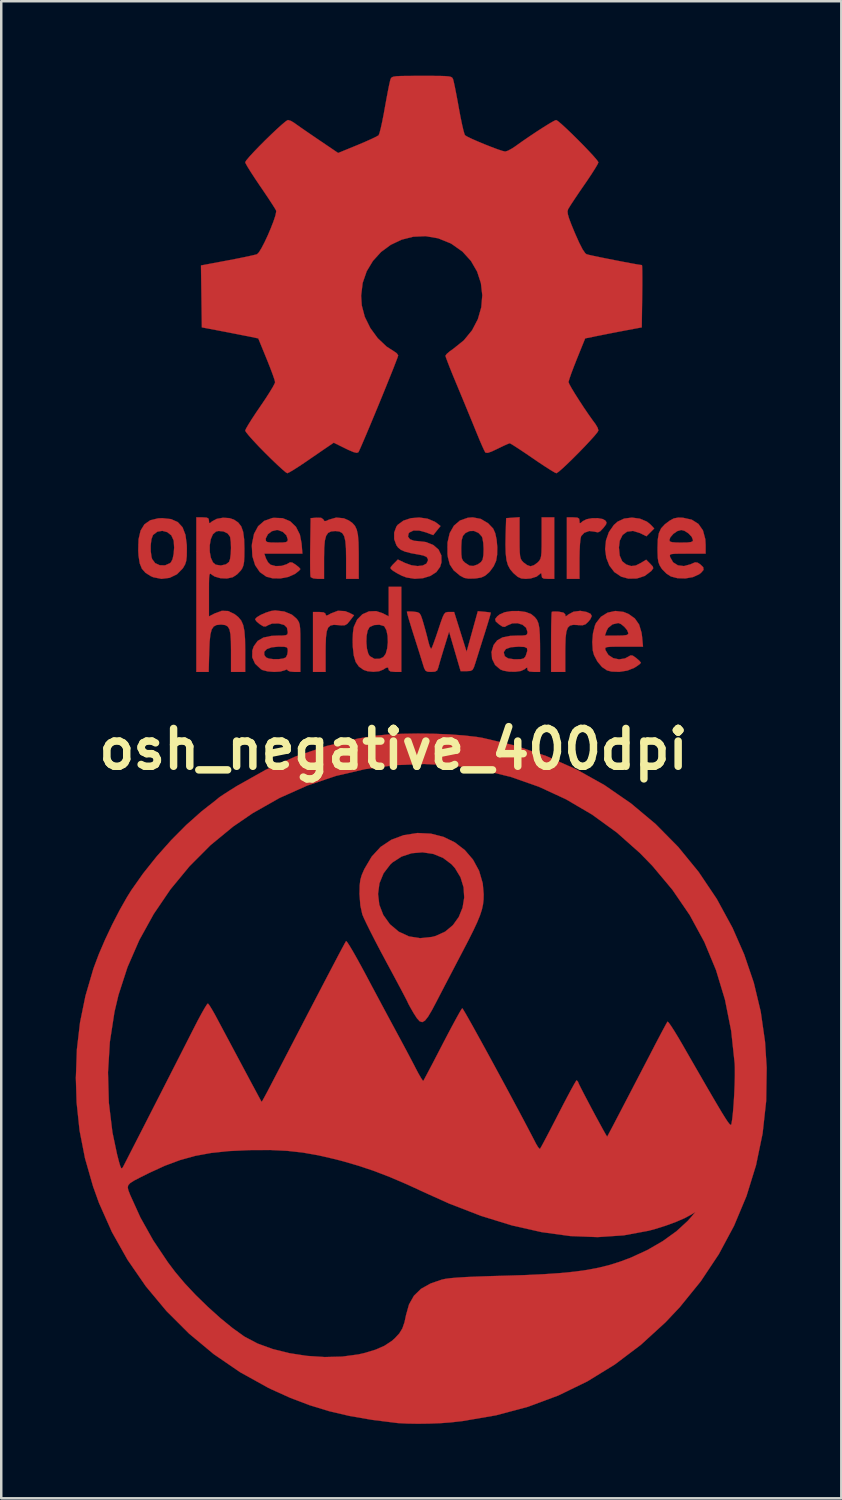
<source format=kicad_pcb>
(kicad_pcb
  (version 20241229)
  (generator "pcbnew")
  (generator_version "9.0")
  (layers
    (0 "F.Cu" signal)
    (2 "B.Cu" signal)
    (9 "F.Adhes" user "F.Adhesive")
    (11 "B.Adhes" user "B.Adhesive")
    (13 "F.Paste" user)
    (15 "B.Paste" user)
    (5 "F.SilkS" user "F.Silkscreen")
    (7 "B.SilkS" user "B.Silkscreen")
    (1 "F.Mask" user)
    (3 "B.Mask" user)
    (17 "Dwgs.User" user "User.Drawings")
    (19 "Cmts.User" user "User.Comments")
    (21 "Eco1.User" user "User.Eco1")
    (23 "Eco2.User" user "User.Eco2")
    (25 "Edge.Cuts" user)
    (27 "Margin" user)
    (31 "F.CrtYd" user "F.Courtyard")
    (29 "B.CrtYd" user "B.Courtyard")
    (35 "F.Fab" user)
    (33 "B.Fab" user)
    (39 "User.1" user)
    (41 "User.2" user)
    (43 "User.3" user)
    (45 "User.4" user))
  (footprint "osh_negative_400dpi"
    (layer "F.Cu")
    (at 12.794 27.12)
    (property "Reference" "osh_negative_400dpi" (at 0 0 0) (layer "F.SilkS") (effects (font (size 1.524 1.524) (thickness 0.3))))
    (attr through_hole)
    (fp_poly (pts (xy -1.946 -5.558) (xy -1.773 -5.49) (xy -1.585 -5.393) (xy -1.75 -5.176) (xy -1.859 -5.046) (xy -1.958 -4.989) (xy -2.1 -4.984) (xy -2.218 -4.996) (xy -2.402 -5.007) (xy -2.535 -4.979) (xy -2.628 -4.897) (xy -2.686 -4.744) (xy -2.717 -4.505) (xy -2.729 -4.164) (xy -2.731 -3.923) (xy -2.731 -3.111) (xy -3.239 -3.111) (xy -3.239 -5.524) (xy -2.985 -5.524) (xy -2.807 -5.508) (xy -2.735 -5.456) (xy -2.731 -5.43) (xy -2.711 -5.38) (xy -2.636 -5.398) (xy -2.524 -5.462) (xy -2.236 -5.573) (xy -1.946 -5.558)) (stroke (width 0.01) (type solid)) (fill yes) (layer "F.Cu"))
    (fp_poly (pts (xy 7.404 -9.325) (xy 7.477 -9.283) (xy 7.493 -9.198) (xy 7.499 -9.105) (xy 7.538 -9.106) (xy 7.627 -9.182) (xy 7.781 -9.26) (xy 7.999 -9.301) (xy 8.232 -9.303) (xy 8.432 -9.266) (xy 8.534 -9.207) (xy 8.582 -9.135) (xy 8.564 -9.054) (xy 8.468 -8.924) (xy 8.45 -8.904) (xy 8.328 -8.775) (xy 8.234 -8.731) (xy 8.122 -8.753) (xy 8.106 -8.759) (xy 7.887 -8.786) (xy 7.687 -8.715) (xy 7.56 -8.58) (xy 7.534 -8.469) (xy 7.513 -8.261) (xy 7.499 -7.983) (xy 7.493 -7.666) (xy 7.493 -7.656) (xy 7.493 -6.858) (xy 6.985 -6.858) (xy 6.985 -9.335) (xy 7.239 -9.335) (xy 7.404 -9.325)) (stroke (width 0.01) (type solid)) (fill yes) (layer "F.Cu"))
    (fp_poly (pts (xy 7.773 -5.526) (xy 7.938 -5.452) (xy 7.988 -5.362) (xy 7.929 -5.232) (xy 7.849 -5.134) (xy 7.738 -5.03) (xy 7.619 -4.989) (xy 7.437 -4.996) (xy 7.415 -4.999) (xy 7.238 -5.007) (xy 7.109 -4.976) (xy 7.02 -4.889) (xy 6.964 -4.73) (xy 6.934 -4.484) (xy 6.923 -4.135) (xy 6.921 -3.923) (xy 6.921 -3.111) (xy 6.35 -3.111) (xy 6.35 -4.307) (xy 6.351 -4.684) (xy 6.355 -5.015) (xy 6.362 -5.28) (xy 6.369 -5.459) (xy 6.378 -5.531) (xy 6.378 -5.532) (xy 6.454 -5.544) (xy 6.607 -5.54) (xy 6.664 -5.536) (xy 6.847 -5.499) (xy 6.919 -5.432) (xy 6.921 -5.413) (xy 6.933 -5.35) (xy 6.99 -5.377) (xy 7.037 -5.419) (xy 7.252 -5.535) (xy 7.523 -5.57) (xy 7.773 -5.526)) (stroke (width 0.01) (type solid)) (fill yes) (layer "F.Cu"))
    (fp_poly (pts (xy 9.924 -9.283) (xy 10.208 -9.163) (xy 10.354 -9.045) (xy 10.503 -8.887) (xy 10.346 -8.73) (xy 10.19 -8.574) (xy 9.928 -8.703) (xy 9.649 -8.789) (xy 9.411 -8.76) (xy 9.229 -8.626) (xy 9.114 -8.395) (xy 9.081 -8.122) (xy 9.113 -7.794) (xy 9.213 -7.567) (xy 9.376 -7.437) (xy 9.575 -7.374) (xy 9.757 -7.395) (xy 9.963 -7.498) (xy 10.179 -7.63) (xy 10.34 -7.469) (xy 10.444 -7.357) (xy 10.463 -7.285) (xy 10.405 -7.201) (xy 10.379 -7.171) (xy 10.121 -6.976) (xy 9.804 -6.873) (xy 9.463 -6.867) (xy 9.173 -6.947) (xy 8.897 -7.131) (xy 8.696 -7.394) (xy 8.572 -7.711) (xy 8.526 -8.058) (xy 8.561 -8.41) (xy 8.677 -8.741) (xy 8.877 -9.029) (xy 9.026 -9.161) (xy 9.291 -9.286) (xy 9.605 -9.325) (xy 9.924 -9.283)) (stroke (width 0.01) (type solid)) (fill yes) (layer "F.Cu"))
    (fp_poly (pts (xy 5.08 -8.51) (xy 5.081 -8.169) (xy 5.087 -7.931) (xy 5.102 -7.772) (xy 5.129 -7.666) (xy 5.173 -7.591) (xy 5.236 -7.522) (xy 5.38 -7.415) (xy 5.517 -7.366) (xy 5.524 -7.366) (xy 5.659 -7.409) (xy 5.805 -7.514) (xy 5.813 -7.522) (xy 5.877 -7.592) (xy 5.92 -7.668) (xy 5.947 -7.774) (xy 5.962 -7.934) (xy 5.968 -8.174) (xy 5.969 -8.506) (xy 5.969 -9.335) (xy 6.477 -9.335) (xy 6.477 -6.858) (xy 6.223 -6.858) (xy 6.058 -6.868) (xy 5.985 -6.909) (xy 5.968 -7.001) (xy 5.952 -7.086) (xy 5.92 -7.074) (xy 5.77 -6.95) (xy 5.532 -6.875) (xy 5.331 -6.858) (xy 5.15 -6.874) (xy 5.005 -6.94) (xy 4.842 -7.081) (xy 4.825 -7.098) (xy 4.701 -7.244) (xy 4.612 -7.409) (xy 4.553 -7.615) (xy 4.522 -7.885) (xy 4.512 -8.238) (xy 4.52 -8.668) (xy 4.54 -9.303) (xy 4.81 -9.322) (xy 5.08 -9.342) (xy 5.08 -8.51)) (stroke (width 0.01) (type solid)) (fill yes) (layer "F.Cu"))
    (fp_poly (pts (xy -1.997 -9.297) (xy -1.797 -9.21) (xy -1.653 -9.108) (xy -1.548 -8.991) (xy -1.476 -8.836) (xy -1.43 -8.624) (xy -1.406 -8.334) (xy -1.398 -7.946) (xy -1.397 -7.782) (xy -1.397 -6.858) (xy -1.905 -6.858) (xy -1.905 -7.676) (xy -1.911 -8.082) (xy -1.935 -8.376) (xy -1.983 -8.578) (xy -2.061 -8.702) (xy -2.176 -8.765) (xy -2.334 -8.784) (xy -2.349 -8.784) (xy -2.512 -8.768) (xy -2.63 -8.709) (xy -2.711 -8.591) (xy -2.761 -8.397) (xy -2.786 -8.11) (xy -2.794 -7.715) (xy -2.794 -7.676) (xy -2.794 -6.858) (xy -3.05 -6.858) (xy -3.229 -6.877) (xy -3.33 -6.927) (xy -3.337 -6.94) (xy -3.346 -7.027) (xy -3.353 -7.219) (xy -3.355 -7.494) (xy -3.355 -7.831) (xy -3.351 -8.162) (xy -3.334 -9.303) (xy -3.095 -9.322) (xy -2.912 -9.317) (xy -2.825 -9.257) (xy -2.819 -9.245) (xy -2.779 -9.184) (xy -2.705 -9.191) (xy -2.6 -9.241) (xy -2.304 -9.326) (xy -1.997 -9.297)) (stroke (width 0.01) (type solid)) (fill yes) (layer "F.Cu"))
    (fp_poly (pts (xy -8.952 -9.264) (xy -8.684 -9.144) (xy -8.493 -8.936) (xy -8.375 -8.631) (xy -8.322 -8.223) (xy -8.319 -8.054) (xy -8.323 -7.777) (xy -8.343 -7.588) (xy -8.387 -7.446) (xy -8.463 -7.311) (xy -8.484 -7.28) (xy -8.716 -7.043) (xy -9.012 -6.9) (xy -9.341 -6.858) (xy -9.673 -6.924) (xy -9.774 -6.969) (xy -9.986 -7.103) (xy -10.13 -7.267) (xy -10.218 -7.487) (xy -10.265 -7.792) (xy -10.277 -7.999) (xy -10.271 -8.225) (xy -9.774 -8.225) (xy -9.773 -7.969) (xy -9.741 -7.736) (xy -9.716 -7.654) (xy -9.595 -7.492) (xy -9.407 -7.406) (xy -9.195 -7.403) (xy -9 -7.49) (xy -8.962 -7.522) (xy -8.895 -7.652) (xy -8.85 -7.864) (xy -8.831 -8.115) (xy -8.845 -8.359) (xy -8.853 -8.41) (xy -8.944 -8.609) (xy -9.107 -8.739) (xy -9.306 -8.792) (xy -9.507 -8.759) (xy -9.674 -8.63) (xy -9.686 -8.614) (xy -9.744 -8.457) (xy -9.774 -8.225) (xy -10.271 -8.225) (xy -10.264 -8.453) (xy -10.182 -8.803) (xy -10.026 -9.056) (xy -9.793 -9.218) (xy -9.477 -9.295) (xy -9.303 -9.303) (xy -8.952 -9.264)) (stroke (width 0.01) (type solid)) (fill yes) (layer "F.Cu"))
    (fp_poly (pts (xy 0.318 -3.111) (xy 0.064 -3.111) (xy -0.113 -3.127) (xy -0.186 -3.179) (xy -0.191 -3.207) (xy -0.217 -3.289) (xy -0.304 -3.274) (xy -0.409 -3.205) (xy -0.578 -3.137) (xy -0.809 -3.115) (xy -1.047 -3.14) (xy -1.2 -3.192) (xy -1.391 -3.326) (xy -1.52 -3.511) (xy -1.598 -3.773) (xy -1.637 -4.134) (xy -1.637 -4.142) (xy -1.64 -4.301) (xy -1.09 -4.301) (xy -1.067 -4.049) (xy -1.012 -3.843) (xy -0.953 -3.747) (xy -0.762 -3.636) (xy -0.547 -3.642) (xy -0.404 -3.712) (xy -0.31 -3.843) (xy -0.251 -4.054) (xy -0.225 -4.307) (xy -0.235 -4.565) (xy -0.281 -4.787) (xy -0.362 -4.937) (xy -0.39 -4.96) (xy -0.568 -5.012) (xy -0.778 -4.997) (xy -0.952 -4.921) (xy -0.963 -4.911) (xy -1.039 -4.774) (xy -1.081 -4.556) (xy -1.09 -4.301) (xy -1.64 -4.301) (xy -1.642 -4.426) (xy -1.629 -4.697) (xy -1.601 -4.901) (xy -1.595 -4.924) (xy -1.46 -5.22) (xy -1.249 -5.432) (xy -0.987 -5.549) (xy -0.695 -5.56) (xy -0.429 -5.472) (xy -0.191 -5.348) (xy -0.191 -6.54) (xy 0.318 -6.54) (xy 0.318 -3.111)) (stroke (width 0.01) (type solid)) (fill yes) (layer "F.Cu"))
    (fp_poly (pts (xy 3.516 -9.273) (xy 3.812 -9.098) (xy 4.019 -8.88) (xy 4.1 -8.698) (xy 4.156 -8.434) (xy 4.183 -8.13) (xy 4.176 -7.827) (xy 4.136 -7.586) (xy 4.039 -7.369) (xy 3.885 -7.157) (xy 3.844 -7.114) (xy 3.689 -6.983) (xy 3.536 -6.912) (xy 3.329 -6.878) (xy 3.255 -6.872) (xy 3.02 -6.867) (xy 2.853 -6.897) (xy 2.702 -6.976) (xy 2.673 -6.995) (xy 2.424 -7.204) (xy 2.271 -7.437) (xy 2.192 -7.736) (xy 2.177 -7.861) (xy 2.177 -8.091) (xy 2.731 -8.091) (xy 2.735 -7.846) (xy 2.753 -7.693) (xy 2.797 -7.594) (xy 2.877 -7.515) (xy 2.898 -7.498) (xy 3.065 -7.391) (xy 3.215 -7.377) (xy 3.393 -7.439) (xy 3.527 -7.535) (xy 3.592 -7.633) (xy 3.624 -7.817) (xy 3.632 -8.057) (xy 3.619 -8.301) (xy 3.585 -8.498) (xy 3.56 -8.564) (xy 3.427 -8.708) (xy 3.242 -8.789) (xy 3.064 -8.783) (xy 2.9 -8.704) (xy 2.799 -8.59) (xy 2.747 -8.412) (xy 2.731 -8.142) (xy 2.731 -8.091) (xy 2.177 -8.091) (xy 2.178 -8.318) (xy 2.266 -8.7) (xy 2.435 -8.999) (xy 2.68 -9.208) (xy 2.997 -9.319) (xy 3.194 -9.335) (xy 3.516 -9.273)) (stroke (width 0.01) (type solid)) (fill yes) (layer "F.Cu"))
    (fp_poly (pts (xy 1.372 -9.282) (xy 1.669 -9.158) (xy 1.758 -9.096) (xy 1.897 -8.985) (xy 1.749 -8.803) (xy 1.602 -8.62) (xy 1.318 -8.728) (xy 1.035 -8.804) (xy 0.802 -8.803) (xy 0.643 -8.726) (xy 0.613 -8.689) (xy 0.587 -8.558) (xy 0.668 -8.452) (xy 0.835 -8.39) (xy 0.944 -8.382) (xy 1.315 -8.339) (xy 1.61 -8.219) (xy 1.819 -8.036) (xy 1.931 -7.8) (xy 1.935 -7.523) (xy 1.879 -7.339) (xy 1.728 -7.131) (xy 1.488 -6.977) (xy 1.189 -6.885) (xy 0.86 -6.861) (xy 0.529 -6.913) (xy 0.349 -6.979) (xy 0.159 -7.077) (xy -0.001 -7.175) (xy -0.032 -7.197) (xy -0.11 -7.266) (xy -0.113 -7.326) (xy -0.035 -7.42) (xy 0.01 -7.466) (xy 0.179 -7.637) (xy 0.459 -7.502) (xy 0.722 -7.407) (xy 0.97 -7.373) (xy 1.181 -7.396) (xy 1.329 -7.473) (xy 1.391 -7.598) (xy 1.388 -7.656) (xy 1.337 -7.74) (xy 1.206 -7.798) (xy 1.047 -7.831) (xy 0.705 -7.893) (xy 0.464 -7.956) (xy 0.3 -8.028) (xy 0.187 -8.121) (xy 0.121 -8.211) (xy 0.031 -8.456) (xy 0.031 -8.724) (xy 0.12 -8.964) (xy 0.169 -9.031) (xy 0.4 -9.202) (xy 0.702 -9.302) (xy 1.037 -9.329) (xy 1.372 -9.282)) (stroke (width 0.01) (type solid)) (fill yes) (layer "F.Cu"))
    (fp_poly (pts (xy -4.46 -9.302) (xy -4.159 -9.178) (xy -3.925 -8.954) (xy -3.767 -8.64) (xy -3.699 -8.287) (xy -3.666 -7.874) (xy -5.2 -7.874) (xy -5.134 -7.682) (xy -5.051 -7.526) (xy -4.95 -7.428) (xy -4.743 -7.372) (xy -4.501 -7.381) (xy -4.292 -7.45) (xy -4.268 -7.465) (xy -4.164 -7.524) (xy -4.073 -7.515) (xy -3.941 -7.432) (xy -3.936 -7.429) (xy -3.812 -7.33) (xy -3.749 -7.258) (xy -3.747 -7.251) (xy -3.795 -7.192) (xy -3.915 -7.094) (xy -3.975 -7.052) (xy -4.233 -6.936) (xy -4.548 -6.876) (xy -4.865 -6.88) (xy -5.117 -6.945) (xy -5.38 -7.131) (xy -5.57 -7.41) (xy -5.68 -7.767) (xy -5.702 -8.186) (xy -5.696 -8.271) (xy -5.66 -8.445) (xy -5.144 -8.445) (xy -5.132 -8.379) (xy -5.077 -8.341) (xy -4.954 -8.323) (xy -4.734 -8.319) (xy -4.699 -8.319) (xy -4.465 -8.322) (xy -4.332 -8.337) (xy -4.27 -8.373) (xy -4.255 -8.435) (xy -4.255 -8.445) (xy -4.311 -8.613) (xy -4.455 -8.751) (xy -4.645 -8.823) (xy -4.699 -8.826) (xy -4.895 -8.778) (xy -5.055 -8.655) (xy -5.139 -8.492) (xy -5.144 -8.445) (xy -5.66 -8.445) (xy -5.614 -8.67) (xy -5.448 -8.979) (xy -5.203 -9.193) (xy -4.885 -9.307) (xy -4.815 -9.316) (xy -4.46 -9.302)) (stroke (width 0.01) (type solid)) (fill yes) (layer "F.Cu"))
    (fp_poly (pts (xy 9.264 -5.527) (xy 9.46 -5.449) (xy 9.72 -5.266) (xy 9.894 -5.019) (xy 9.993 -4.69) (xy 10.016 -4.508) (xy 10.051 -4.128) (xy 9.276 -4.128) (xy 8.951 -4.127) (xy 8.735 -4.122) (xy 8.605 -4.11) (xy 8.543 -4.086) (xy 8.528 -4.046) (xy 8.541 -3.988) (xy 8.542 -3.985) (xy 8.658 -3.792) (xy 8.851 -3.666) (xy 9.085 -3.616) (xy 9.324 -3.654) (xy 9.448 -3.719) (xy 9.551 -3.777) (xy 9.639 -3.767) (xy 9.763 -3.681) (xy 9.776 -3.671) (xy 9.899 -3.565) (xy 9.963 -3.488) (xy 9.966 -3.479) (xy 9.918 -3.424) (xy 9.792 -3.333) (xy 9.694 -3.273) (xy 9.419 -3.164) (xy 9.096 -3.113) (xy 8.782 -3.125) (xy 8.601 -3.172) (xy 8.399 -3.309) (xy 8.215 -3.529) (xy 8.079 -3.788) (xy 8.029 -3.972) (xy 8.008 -4.317) (xy 8.029 -4.572) (xy 8.516 -4.572) (xy 8.989 -4.572) (xy 9.237 -4.577) (xy 9.383 -4.594) (xy 9.449 -4.63) (xy 9.461 -4.67) (xy 9.414 -4.79) (xy 9.3 -4.927) (xy 9.164 -5.038) (xy 9.056 -5.08) (xy 8.823 -5.026) (xy 8.646 -4.882) (xy 8.584 -4.767) (xy 8.516 -4.572) (xy 8.029 -4.572) (xy 8.037 -4.668) (xy 8.112 -4.97) (xy 8.155 -5.072) (xy 8.355 -5.33) (xy 8.623 -5.497) (xy 8.935 -5.565) (xy 9.264 -5.527)) (stroke (width 0.01) (type solid)) (fill yes) (layer "F.Cu"))
    (fp_poly (pts (xy 11.658 -9.32) (xy 12.015 -9.241) (xy 12.284 -9.07) (xy 12.466 -8.808) (xy 12.56 -8.455) (xy 12.573 -8.225) (xy 12.573 -7.874) (xy 11.838 -7.874) (xy 11.525 -7.873) (xy 11.317 -7.868) (xy 11.196 -7.855) (xy 11.141 -7.829) (xy 11.132 -7.785) (xy 11.145 -7.731) (xy 11.263 -7.525) (xy 11.457 -7.403) (xy 11.7 -7.373) (xy 11.968 -7.445) (xy 12.006 -7.463) (xy 12.146 -7.524) (xy 12.247 -7.513) (xy 12.35 -7.448) (xy 12.476 -7.328) (xy 12.489 -7.22) (xy 12.387 -7.101) (xy 12.307 -7.04) (xy 12.065 -6.93) (xy 11.759 -6.876) (xy 11.442 -6.885) (xy 11.176 -6.954) (xy 10.995 -7.071) (xy 10.827 -7.24) (xy 10.795 -7.283) (xy 10.718 -7.409) (xy 10.671 -7.537) (xy 10.646 -7.702) (xy 10.637 -7.94) (xy 10.636 -8.103) (xy 10.646 -8.417) (xy 11.113 -8.417) (xy 11.135 -8.365) (xy 11.22 -8.335) (xy 11.389 -8.321) (xy 11.589 -8.319) (xy 11.839 -8.323) (xy 11.985 -8.341) (xy 12.052 -8.376) (xy 12.065 -8.417) (xy 12.012 -8.552) (xy 11.882 -8.69) (xy 11.719 -8.794) (xy 11.589 -8.826) (xy 11.431 -8.781) (xy 11.271 -8.669) (xy 11.151 -8.529) (xy 11.113 -8.417) (xy 10.646 -8.417) (xy 10.647 -8.448) (xy 10.69 -8.7) (xy 10.779 -8.891) (xy 10.928 -9.053) (xy 11.118 -9.197) (xy 11.289 -9.292) (xy 11.467 -9.326) (xy 11.658 -9.32)) (stroke (width 0.01) (type solid)) (fill yes) (layer "F.Cu"))
    (fp_poly (pts (xy 3.652 -5.534) (xy 3.815 -5.517) (xy 3.911 -5.502) (xy 3.92 -5.498) (xy 3.908 -5.436) (xy 3.863 -5.275) (xy 3.792 -5.039) (xy 3.702 -4.749) (xy 3.675 -4.663) (xy 3.567 -4.323) (xy 3.463 -3.992) (xy 3.374 -3.706) (xy 3.31 -3.503) (xy 3.307 -3.493) (xy 3.242 -3.296) (xy 3.184 -3.192) (xy 3.103 -3.151) (xy 2.97 -3.143) (xy 2.953 -3.143) (xy 2.706 -3.143) (xy 2.474 -3.937) (xy 2.242 -4.731) (xy 2.046 -4.096) (xy 1.959 -3.811) (xy 1.882 -3.554) (xy 1.827 -3.361) (xy 1.807 -3.286) (xy 1.761 -3.17) (xy 1.673 -3.121) (xy 1.522 -3.111) (xy 1.381 -3.118) (xy 1.297 -3.157) (xy 1.239 -3.259) (xy 1.18 -3.445) (xy 1.123 -3.63) (xy 1.038 -3.903) (xy 0.935 -4.228) (xy 0.825 -4.574) (xy 0.801 -4.648) (xy 0.704 -4.959) (xy 0.624 -5.223) (xy 0.568 -5.42) (xy 0.544 -5.526) (xy 0.544 -5.539) (xy 0.614 -5.547) (xy 0.764 -5.541) (xy 0.821 -5.536) (xy 0.957 -5.518) (xy 1.043 -5.48) (xy 1.103 -5.392) (xy 1.162 -5.227) (xy 1.203 -5.089) (xy 1.283 -4.809) (xy 1.36 -4.519) (xy 1.406 -4.332) (xy 1.455 -4.158) (xy 1.502 -4.057) (xy 1.527 -4.047) (xy 1.564 -4.123) (xy 1.629 -4.295) (xy 1.715 -4.536) (xy 1.807 -4.81) (xy 1.908 -5.113) (xy 1.981 -5.315) (xy 2.04 -5.437) (xy 2.096 -5.499) (xy 2.163 -5.521) (xy 2.244 -5.524) (xy 2.445 -5.524) (xy 2.696 -4.724) (xy 2.947 -3.924) (xy 3.399 -5.556) (xy 3.652 -5.534)) (stroke (width 0.01) (type solid)) (fill yes) (layer "F.Cu"))
    (fp_poly (pts (xy 5.333 -5.522) (xy 5.547 -5.438) (xy 5.567 -5.423) (xy 5.69 -5.321) (xy 5.779 -5.21) (xy 5.839 -5.067) (xy 5.877 -4.873) (xy 5.896 -4.604) (xy 5.904 -4.238) (xy 5.905 -4.048) (xy 5.905 -3.111) (xy 5.652 -3.111) (xy 5.48 -3.125) (xy 5.406 -3.173) (xy 5.397 -3.217) (xy 5.388 -3.286) (xy 5.34 -3.267) (xy 5.281 -3.217) (xy 5.133 -3.148) (xy 4.909 -3.117) (xy 4.657 -3.121) (xy 4.424 -3.163) (xy 4.303 -3.211) (xy 4.094 -3.391) (xy 3.973 -3.637) (xy 3.953 -3.884) (xy 4.445 -3.884) (xy 4.486 -3.741) (xy 4.617 -3.656) (xy 4.852 -3.621) (xy 4.936 -3.619) (xy 5.137 -3.626) (xy 5.249 -3.656) (xy 5.31 -3.724) (xy 5.336 -3.782) (xy 5.393 -3.964) (xy 5.379 -4.068) (xy 5.277 -4.116) (xy 5.067 -4.127) (xy 5.044 -4.128) (xy 4.729 -4.104) (xy 4.53 -4.034) (xy 4.448 -3.916) (xy 4.445 -3.884) (xy 3.953 -3.884) (xy 3.951 -3.916) (xy 4.033 -4.193) (xy 4.178 -4.381) (xy 4.393 -4.501) (xy 4.696 -4.561) (xy 4.95 -4.572) (xy 5.183 -4.574) (xy 5.317 -4.588) (xy 5.379 -4.622) (xy 5.397 -4.687) (xy 5.397 -4.727) (xy 5.342 -4.892) (xy 5.199 -5.01) (xy 5.003 -5.072) (xy 4.787 -5.066) (xy 4.587 -4.982) (xy 4.485 -4.925) (xy 4.395 -4.934) (xy 4.265 -5.019) (xy 4.255 -5.026) (xy 4.122 -5.143) (xy 4.097 -5.24) (xy 4.18 -5.347) (xy 4.279 -5.425) (xy 4.479 -5.514) (xy 4.753 -5.56) (xy 5.053 -5.563) (xy 5.333 -5.522)) (stroke (width 0.01) (type solid)) (fill yes) (layer "F.Cu"))
    (fp_poly (pts (xy -4.393 -5.543) (xy -4.088 -5.416) (xy -3.909 -5.264) (xy -3.847 -5.186) (xy -3.804 -5.107) (xy -3.775 -5.007) (xy -3.758 -4.861) (xy -3.749 -4.647) (xy -3.747 -4.344) (xy -3.747 -4.091) (xy -3.747 -3.111) (xy -4 -3.111) (xy -4.16 -3.126) (xy -4.248 -3.162) (xy -4.255 -3.177) (xy -4.293 -3.211) (xy -4.377 -3.177) (xy -4.561 -3.125) (xy -4.807 -3.111) (xy -5.063 -3.132) (xy -5.272 -3.186) (xy -5.336 -3.22) (xy -5.571 -3.442) (xy -5.687 -3.699) (xy -5.682 -3.922) (xy -5.203 -3.922) (xy -5.2 -3.792) (xy -5.131 -3.696) (xy -5.017 -3.648) (xy -4.829 -3.624) (xy -4.617 -3.625) (xy -4.433 -3.651) (xy -4.331 -3.696) (xy -4.274 -3.813) (xy -4.255 -3.95) (xy -4.261 -4.049) (xy -4.299 -4.102) (xy -4.4 -4.123) (xy -4.594 -4.127) (xy -4.631 -4.128) (xy -4.905 -4.101) (xy -5.1 -4.029) (xy -5.203 -3.922) (xy -5.682 -3.922) (xy -5.681 -3.979) (xy -5.621 -4.148) (xy -5.468 -4.358) (xy -5.237 -4.494) (xy -4.915 -4.561) (xy -4.674 -4.572) (xy -4.449 -4.575) (xy -4.324 -4.591) (xy -4.268 -4.63) (xy -4.256 -4.7) (xy -4.255 -4.715) (xy -4.288 -4.894) (xy -4.399 -5.002) (xy -4.609 -5.059) (xy -4.625 -5.061) (xy -4.884 -5.059) (xy -5.038 -4.997) (xy -5.147 -4.939) (xy -5.24 -4.946) (xy -5.371 -5.026) (xy -5.387 -5.037) (xy -5.511 -5.141) (xy -5.568 -5.225) (xy -5.568 -5.239) (xy -5.493 -5.319) (xy -5.335 -5.412) (xy -5.134 -5.499) (xy -4.929 -5.564) (xy -4.765 -5.588) (xy -4.393 -5.543)) (stroke (width 0.01) (type solid)) (fill yes) (layer "F.Cu"))
    (fp_poly (pts (xy -7.518 -9.325) (xy -7.445 -9.283) (xy -7.429 -9.198) (xy -7.422 -9.105) (xy -7.379 -9.11) (xy -7.305 -9.173) (xy -7.114 -9.275) (xy -6.862 -9.32) (xy -6.601 -9.304) (xy -6.425 -9.245) (xy -6.251 -9.128) (xy -6.129 -8.97) (xy -6.052 -8.752) (xy -6.012 -8.451) (xy -6.001 -8.065) (xy -6.004 -7.755) (xy -6.016 -7.541) (xy -6.043 -7.394) (xy -6.089 -7.282) (xy -6.142 -7.2) (xy -6.291 -7.043) (xy -6.463 -6.928) (xy -6.477 -6.922) (xy -6.707 -6.873) (xy -6.967 -6.885) (xy -7.199 -6.952) (xy -7.307 -7.021) (xy -7.356 -7.06) (xy -7.389 -7.064) (xy -7.41 -7.016) (xy -7.423 -6.899) (xy -7.428 -6.695) (xy -7.429 -6.388) (xy -7.429 -6.24) (xy -7.429 -5.348) (xy -7.194 -5.468) (xy -6.911 -5.571) (xy -6.659 -5.563) (xy -6.408 -5.444) (xy -6.407 -5.444) (xy -6.247 -5.319) (xy -6.13 -5.178) (xy -6.05 -4.997) (xy -6.001 -4.756) (xy -5.976 -4.433) (xy -5.969 -4.006) (xy -5.969 -3.985) (xy -5.969 -3.111) (xy -6.54 -3.111) (xy -6.54 -3.959) (xy -6.545 -4.35) (xy -6.564 -4.632) (xy -6.603 -4.822) (xy -6.671 -4.938) (xy -6.773 -4.997) (xy -6.918 -5.016) (xy -6.964 -5.016) (xy -7.122 -5) (xy -7.238 -4.939) (xy -7.319 -4.818) (xy -7.371 -4.62) (xy -7.402 -4.327) (xy -7.419 -3.931) (xy -7.44 -3.111) (xy -7.938 -3.111) (xy -7.938 -8.212) (xy -7.397 -8.212) (xy -7.397 -7.95) (xy -7.353 -7.709) (xy -7.267 -7.521) (xy -7.158 -7.429) (xy -6.951 -7.396) (xy -6.747 -7.443) (xy -6.62 -7.54) (xy -6.579 -7.659) (xy -6.552 -7.861) (xy -6.541 -8.103) (xy -6.549 -8.342) (xy -6.575 -8.536) (xy -6.579 -8.553) (xy -6.673 -8.684) (xy -6.843 -8.768) (xy -7.041 -8.787) (xy -7.144 -8.763) (xy -7.271 -8.653) (xy -7.355 -8.457) (xy -7.397 -8.212) (xy -7.938 -8.212) (xy -7.938 -9.335) (xy -7.684 -9.335) (xy -7.518 -9.325)) (stroke (width 0.01) (type solid)) (fill yes) (layer "F.Cu"))
    (fp_poly (pts (xy 1.509 3.403) (xy 2.015 3.532) (xy 2.475 3.756) (xy 2.876 4.065) (xy 3.205 4.449) (xy 3.45 4.899) (xy 3.597 5.405) (xy 3.635 5.842) (xy 3.63 6.056) (xy 3.607 6.259) (xy 3.561 6.468) (xy 3.485 6.699) (xy 3.373 6.972) (xy 3.218 7.303) (xy 3.014 7.71) (xy 2.763 8.191) (xy 2.544 8.61) (xy 2.308 9.062) (xy 2.075 9.508) (xy 1.867 9.908) (xy 1.745 10.144) (xy 1.549 10.515) (xy 1.394 10.776) (xy 1.269 10.933) (xy 1.161 10.993) (xy 1.058 10.96) (xy 0.949 10.841) (xy 0.821 10.642) (xy 0.797 10.601) (xy 0.685 10.407) (xy 0.605 10.26) (xy 0.572 10.189) (xy 0.572 10.188) (xy 0.543 10.127) (xy 0.461 9.969) (xy 0.334 9.727) (xy 0.169 9.417) (xy -0.026 9.053) (xy -0.243 8.649) (xy -0.284 8.573) (xy -0.513 8.145) (xy -0.727 7.736) (xy -0.917 7.364) (xy -1.073 7.049) (xy -1.188 6.807) (xy -1.251 6.658) (xy -1.253 6.652) (xy -1.332 6.297) (xy -1.365 5.854) (xy -1.365 5.831) (xy -0.62 5.831) (xy -0.569 6.263) (xy -0.409 6.677) (xy -0.142 7.05) (xy 0.218 7.353) (xy 0.627 7.541) (xy 1.075 7.612) (xy 1.551 7.562) (xy 1.694 7.525) (xy 2.082 7.349) (xy 2.396 7.087) (xy 2.632 6.758) (xy 2.785 6.381) (xy 2.851 5.977) (xy 2.825 5.564) (xy 2.703 5.163) (xy 2.48 4.793) (xy 2.344 4.64) (xy 1.998 4.379) (xy 1.599 4.218) (xy 1.17 4.155) (xy 0.738 4.191) (xy 0.328 4.326) (xy -0.035 4.56) (xy -0.122 4.64) (xy -0.397 4.999) (xy -0.563 5.403) (xy -0.62 5.831) (xy -1.365 5.831) (xy -1.365 5.779) (xy -1.359 5.486) (xy -1.333 5.268) (xy -1.277 5.072) (xy -1.179 4.845) (xy -1.168 4.823) (xy -0.875 4.326) (xy -0.514 3.935) (xy -0.082 3.648) (xy 0.411 3.464) (xy 0.97 3.377) (xy 1.509 3.403)) (stroke (width 0.01) (type solid)) (fill yes) (layer "F.Cu"))
    (fp_poly (pts (xy 1.563 -27.114) (xy 1.873 -27.112) (xy 2.091 -27.105) (xy 2.235 -27.092) (xy 2.321 -27.071) (xy 2.369 -27.04) (xy 2.394 -26.997) (xy 2.404 -26.972) (xy 2.432 -26.862) (xy 2.477 -26.652) (xy 2.533 -26.367) (xy 2.596 -26.031) (xy 2.635 -25.813) (xy 2.7 -25.465) (xy 2.763 -25.159) (xy 2.819 -24.918) (xy 2.864 -24.765) (xy 2.884 -24.723) (xy 2.973 -24.668) (xy 3.152 -24.581) (xy 3.393 -24.475) (xy 3.666 -24.361) (xy 3.942 -24.252) (xy 4.192 -24.158) (xy 4.388 -24.093) (xy 4.499 -24.067) (xy 4.502 -24.067) (xy 4.616 -24.102) (xy 4.783 -24.194) (xy 4.896 -24.269) (xy 5.179 -24.471) (xy 5.48 -24.677) (xy 5.778 -24.876) (xy 6.055 -25.054) (xy 6.289 -25.199) (xy 6.46 -25.297) (xy 6.549 -25.336) (xy 6.552 -25.337) (xy 6.625 -25.293) (xy 6.767 -25.174) (xy 6.96 -24.997) (xy 7.186 -24.781) (xy 7.428 -24.542) (xy 7.668 -24.299) (xy 7.888 -24.069) (xy 8.071 -23.87) (xy 8.199 -23.72) (xy 8.254 -23.636) (xy 8.255 -23.631) (xy 8.22 -23.552) (xy 8.124 -23.389) (xy 7.98 -23.162) (xy 7.799 -22.891) (xy 7.675 -22.711) (xy 7.472 -22.416) (xy 7.292 -22.148) (xy 7.148 -21.929) (xy 7.055 -21.779) (xy 7.03 -21.734) (xy 7.012 -21.655) (xy 7.024 -21.542) (xy 7.072 -21.376) (xy 7.162 -21.137) (xy 7.3 -20.803) (xy 7.305 -20.79) (xy 7.478 -20.401) (xy 7.617 -20.13) (xy 7.724 -19.974) (xy 7.775 -19.933) (xy 7.865 -19.908) (xy 8.054 -19.866) (xy 8.316 -19.811) (xy 8.625 -19.749) (xy 8.955 -19.684) (xy 9.28 -19.621) (xy 9.574 -19.566) (xy 9.812 -19.523) (xy 9.967 -19.499) (xy 10.009 -19.494) (xy 10.016 -19.434) (xy 10.021 -19.266) (xy 10.023 -19.009) (xy 10.023 -18.683) (xy 10.019 -18.306) (xy 10.018 -18.24) (xy 10.001 -16.986) (xy 9.398 -16.873) (xy 9.05 -16.807) (xy 8.669 -16.733) (xy 8.326 -16.664) (xy 8.258 -16.651) (xy 7.722 -16.542) (xy 7.388 -15.716) (xy 7.267 -15.409) (xy 7.164 -15.137) (xy 7.091 -14.926) (xy 7.054 -14.8) (xy 7.051 -14.783) (xy 7.085 -14.699) (xy 7.177 -14.532) (xy 7.314 -14.306) (xy 7.483 -14.04) (xy 7.668 -13.757) (xy 7.857 -13.479) (xy 8.036 -13.227) (xy 8.139 -13.088) (xy 8.224 -12.945) (xy 8.255 -12.833) (xy 8.212 -12.758) (xy 8.094 -12.614) (xy 7.918 -12.419) (xy 7.704 -12.19) (xy 7.467 -11.945) (xy 7.225 -11.703) (xy 6.997 -11.481) (xy 6.799 -11.297) (xy 6.649 -11.168) (xy 6.565 -11.113) (xy 6.56 -11.113) (xy 6.486 -11.147) (xy 6.326 -11.243) (xy 6.1 -11.387) (xy 5.827 -11.568) (xy 5.611 -11.716) (xy 5.318 -11.916) (xy 5.06 -12.088) (xy 4.856 -12.22) (xy 4.724 -12.3) (xy 4.685 -12.319) (xy 4.606 -12.292) (xy 4.447 -12.221) (xy 4.238 -12.12) (xy 4.195 -12.099) (xy 3.956 -11.986) (xy 3.804 -11.934) (xy 3.718 -11.939) (xy 3.697 -11.956) (xy 3.652 -12.041) (xy 3.57 -12.22) (xy 3.463 -12.468) (xy 3.342 -12.761) (xy 3.315 -12.827) (xy 3.177 -13.166) (xy 3.006 -13.581) (xy 2.821 -14.03) (xy 2.638 -14.471) (xy 2.545 -14.695) (xy 2.401 -15.041) (xy 2.277 -15.349) (xy 2.18 -15.599) (xy 2.116 -15.771) (xy 2.095 -15.843) (xy 2.145 -15.915) (xy 2.273 -16.025) (xy 2.405 -16.118) (xy 2.835 -16.463) (xy 3.167 -16.868) (xy 3.401 -17.317) (xy 3.538 -17.794) (xy 3.579 -18.283) (xy 3.523 -18.767) (xy 3.371 -19.232) (xy 3.123 -19.661) (xy 2.781 -20.038) (xy 2.343 -20.347) (xy 2.3 -20.371) (xy 1.8 -20.573) (xy 1.296 -20.659) (xy 0.8 -20.637) (xy 0.328 -20.518) (xy -0.109 -20.31) (xy -0.498 -20.023) (xy -0.824 -19.665) (xy -1.076 -19.247) (xy -1.239 -18.776) (xy -1.301 -18.264) (xy -1.275 -17.87) (xy -1.153 -17.409) (xy -0.931 -16.959) (xy -0.633 -16.551) (xy -0.278 -16.214) (xy 0.012 -16.028) (xy 0.137 -15.941) (xy 0.191 -15.859) (xy 0.191 -15.857) (xy 0.168 -15.781) (xy 0.102 -15.606) (xy 0.002 -15.347) (xy -0.128 -15.023) (xy -0.278 -14.651) (xy -0.442 -14.247) (xy -0.613 -13.83) (xy -0.785 -13.415) (xy -0.949 -13.021) (xy -1.099 -12.665) (xy -1.228 -12.363) (xy -1.328 -12.133) (xy -1.393 -11.992) (xy -1.413 -11.957) (xy -1.476 -11.933) (xy -1.602 -11.962) (xy -1.81 -12.05) (xy -1.938 -12.112) (xy -2.404 -12.342) (xy -2.647 -12.177) (xy -2.796 -12.076) (xy -3.018 -11.923) (xy -3.284 -11.741) (xy -3.544 -11.562) (xy -3.8 -11.391) (xy -4.022 -11.249) (xy -4.187 -11.152) (xy -4.273 -11.113) (xy -4.275 -11.113) (xy -4.343 -11.156) (xy -4.483 -11.275) (xy -4.681 -11.457) (xy -4.92 -11.686) (xy -5.16 -11.923) (xy -5.42 -12.188) (xy -5.645 -12.428) (xy -5.821 -12.626) (xy -5.934 -12.766) (xy -5.969 -12.829) (xy -5.934 -12.911) (xy -5.838 -13.077) (xy -5.693 -13.308) (xy -5.511 -13.584) (xy -5.366 -13.796) (xy -5.164 -14.094) (xy -4.992 -14.362) (xy -4.86 -14.579) (xy -4.782 -14.728) (xy -4.765 -14.779) (xy -4.789 -14.877) (xy -4.853 -15.066) (xy -4.949 -15.323) (xy -5.067 -15.622) (xy -5.105 -15.716) (xy -5.443 -16.542) (xy -5.976 -16.65) (xy -6.298 -16.714) (xy -6.675 -16.788) (xy -7.036 -16.857) (xy -7.112 -16.872) (xy -7.715 -16.986) (xy -7.732 -18.233) (xy -7.75 -19.48) (xy -6.685 -19.68) (xy -6.324 -19.749) (xy -5.999 -19.815) (xy -5.735 -19.872) (xy -5.554 -19.914) (xy -5.489 -19.934) (xy -5.414 -20.013) (xy -5.309 -20.185) (xy -5.186 -20.422) (xy -5.057 -20.698) (xy -4.935 -20.985) (xy -4.83 -21.256) (xy -4.754 -21.485) (xy -4.721 -21.643) (xy -4.724 -21.69) (xy -4.772 -21.776) (xy -4.88 -21.947) (xy -5.034 -22.182) (xy -5.222 -22.462) (xy -5.367 -22.674) (xy -5.567 -22.971) (xy -5.739 -23.235) (xy -5.871 -23.447) (xy -5.951 -23.589) (xy -5.969 -23.636) (xy -5.925 -23.711) (xy -5.805 -23.854) (xy -5.627 -24.048) (xy -5.409 -24.275) (xy -5.168 -24.517) (xy -4.922 -24.756) (xy -4.69 -24.975) (xy -4.489 -25.156) (xy -4.337 -25.283) (xy -4.251 -25.336) (xy -4.246 -25.337) (xy -4.124 -25.3) (xy -3.993 -25.22) (xy -3.888 -25.144) (xy -3.701 -25.013) (xy -3.453 -24.842) (xy -3.169 -24.648) (xy -3.034 -24.556) (xy -2.226 -24.009) (xy -1.446 -24.329) (xy -1.151 -24.454) (xy -0.895 -24.568) (xy -0.705 -24.659) (xy -0.603 -24.717) (xy -0.596 -24.723) (xy -0.562 -24.808) (xy -0.512 -24.996) (xy -0.453 -25.263) (xy -0.389 -25.586) (xy -0.349 -25.813) (xy -0.285 -26.167) (xy -0.225 -26.486) (xy -0.173 -26.745) (xy -0.134 -26.918) (xy -0.119 -26.972) (xy -0.097 -27.021) (xy -0.062 -27.058) (xy 0.004 -27.083) (xy 0.118 -27.1) (xy 0.299 -27.109) (xy 0.563 -27.113) (xy 0.929 -27.114) (xy 1.143 -27.115) (xy 1.563 -27.114)) (stroke (width 0.01) (type solid)) (fill yes) (layer "F.Cu"))
    (fp_poly (pts (xy 1.632 -0.62) (xy 2.262 -0.594) (xy 2.846 -0.551) (xy 3.354 -0.493) (xy 3.588 -0.454) (xy 4.904 -0.142) (xy 6.165 0.282) (xy 7.366 0.814) (xy 8.502 1.45) (xy 9.567 2.185) (xy 10.557 3.014) (xy 11.466 3.935) (xy 12.289 4.941) (xy 13.021 6.03) (xy 13.656 7.196) (xy 14.126 8.268) (xy 14.514 9.409) (xy 14.792 10.572) (xy 14.965 11.779) (xy 15.032 12.83) (xy 15.011 14.169) (xy 14.867 15.48) (xy 14.602 16.758) (xy 14.219 17.997) (xy 13.718 19.193) (xy 13.104 20.339) (xy 12.376 21.432) (xy 11.538 22.465) (xy 10.955 23.083) (xy 9.964 23.989) (xy 8.915 24.781) (xy 7.807 25.462) (xy 6.64 26.029) (xy 5.414 26.485) (xy 4.129 26.828) (xy 2.783 27.059) (xy 2.295 27.114) (xy 1.899 27.143) (xy 1.45 27.161) (xy 0.991 27.167) (xy 0.563 27.16) (xy 0.208 27.142) (xy 0.127 27.134) (xy -0.867 27.009) (xy -1.764 26.854) (xy -2.592 26.66) (xy -3.378 26.419) (xy -4.15 26.126) (xy -4.936 25.771) (xy -5.048 25.716) (xy -6.175 25.091) (xy -7.239 24.362) (xy -8.231 23.536) (xy -9.145 22.623) (xy -9.972 21.63) (xy -10.705 20.568) (xy -11.337 19.445) (xy -11.86 18.269) (xy -12.08 17.653) (xy -10.7 17.653) (xy -10.675 17.765) (xy -10.617 17.914) (xy -10.602 17.952) (xy -10.189 18.863) (xy -9.675 19.781) (xy -9.079 20.671) (xy -8.793 21.05) (xy -8.409 21.507) (xy -7.959 21.987) (xy -7.47 22.463) (xy -6.97 22.913) (xy -6.484 23.31) (xy -6.039 23.63) (xy -5.99 23.663) (xy -5.473 23.936) (xy -4.864 24.158) (xy -4.192 24.325) (xy -3.484 24.434) (xy -2.766 24.481) (xy -2.066 24.463) (xy -1.411 24.375) (xy -1.176 24.321) (xy -0.719 24.184) (xy -0.36 24.026) (xy -0.07 23.835) (xy 0.053 23.728) (xy 0.236 23.531) (xy 0.36 23.329) (xy 0.447 23.077) (xy 0.507 22.794) (xy 0.628 22.362) (xy 0.825 22.013) (xy 1.11 21.735) (xy 1.495 21.519) (xy 1.951 21.362) (xy 2.097 21.331) (xy 2.301 21.304) (xy 2.574 21.281) (xy 2.929 21.259) (xy 3.377 21.24) (xy 3.93 21.221) (xy 4.445 21.207) (xy 5.309 21.18) (xy 6.062 21.144) (xy 6.719 21.099) (xy 7.296 21.042) (xy 7.808 20.97) (xy 8.27 20.882) (xy 8.699 20.775) (xy 9.109 20.646) (xy 9.517 20.495) (xy 9.557 20.479) (xy 10.228 20.17) (xy 10.849 19.811) (xy 11.398 19.415) (xy 11.851 18.999) (xy 12.002 18.83) (xy 12.16 18.638) (xy 11.998 18.742) (xy 11.736 18.883) (xy 11.384 19.036) (xy 10.974 19.187) (xy 10.543 19.323) (xy 10.274 19.395) (xy 9.274 19.58) (xy 8.222 19.651) (xy 7.119 19.608) (xy 5.968 19.45) (xy 4.771 19.18) (xy 3.529 18.796) (xy 2.245 18.3) (xy 1.302 17.875) (xy 0.545 17.526) (xy -0.135 17.235) (xy -0.77 16.99) (xy -1.389 16.782) (xy -2.022 16.597) (xy -2.349 16.512) (xy -3.026 16.356) (xy -3.656 16.245) (xy -4.282 16.176) (xy -4.942 16.144) (xy -5.678 16.145) (xy -5.842 16.149) (xy -6.64 16.187) (xy -7.345 16.262) (xy -7.987 16.38) (xy -8.595 16.549) (xy -9.202 16.775) (xy -9.836 17.066) (xy -9.874 17.085) (xy -10.211 17.253) (xy -10.449 17.377) (xy -10.601 17.475) (xy -10.68 17.562) (xy -10.7 17.653) (xy -12.08 17.653) (xy -12.098 17.603) (xy -12.421 16.474) (xy -12.639 15.361) (xy -12.759 14.226) (xy -12.789 13.24) (xy -12.78 13.016) (xy -11.495 13.016) (xy -11.461 14.238) (xy -11.316 15.432) (xy -11.132 16.307) (xy -11.058 16.597) (xy -11.005 16.778) (xy -10.966 16.868) (xy -10.932 16.883) (xy -10.897 16.838) (xy -10.887 16.82) (xy -10.841 16.731) (xy -10.744 16.542) (xy -10.603 16.266) (xy -10.425 15.918) (xy -10.216 15.51) (xy -9.983 15.055) (xy -9.734 14.566) (xy -9.689 14.478) (xy -9.413 13.938) (xy -9.132 13.387) (xy -8.857 12.847) (xy -8.598 12.339) (xy -8.367 11.884) (xy -8.173 11.503) (xy -8.047 11.255) (xy -7.879 10.928) (xy -7.727 10.646) (xy -7.601 10.425) (xy -7.513 10.285) (xy -7.472 10.241) (xy -7.42 10.302) (xy -7.327 10.449) (xy -7.207 10.656) (xy -7.148 10.765) (xy -7.042 10.964) (xy -6.888 11.253) (xy -6.698 11.609) (xy -6.484 12.01) (xy -6.258 12.434) (xy -6.099 12.732) (xy -5.89 13.124) (xy -5.701 13.478) (xy -5.54 13.777) (xy -5.416 14.009) (xy -5.336 14.156) (xy -5.308 14.206) (xy -5.276 14.158) (xy -5.197 14.016) (xy -5.081 13.801) (xy -4.94 13.531) (xy -4.878 13.412) (xy -4.345 12.385) (xy -3.863 11.456) (xy -3.432 10.626) (xy -3.052 9.897) (xy -2.725 9.27) (xy -2.451 8.747) (xy -2.232 8.33) (xy -2.068 8.021) (xy -1.96 7.821) (xy -1.909 7.732) (xy -1.906 7.728) (xy -1.865 7.767) (xy -1.774 7.905) (xy -1.641 8.127) (xy -1.475 8.419) (xy -1.284 8.766) (xy -1.108 9.093) (xy -0.868 9.546) (xy -0.614 10.021) (xy -0.364 10.489) (xy -0.134 10.917) (xy 0.06 11.277) (xy 0.125 11.398) (xy 0.319 11.758) (xy 0.519 12.131) (xy 0.704 12.481) (xy 0.854 12.768) (xy 0.89 12.839) (xy 1.012 13.07) (xy 1.115 13.247) (xy 1.183 13.347) (xy 1.202 13.36) (xy 1.238 13.298) (xy 1.324 13.138) (xy 1.452 12.896) (xy 1.614 12.587) (xy 1.801 12.227) (xy 1.975 11.89) (xy 2.179 11.499) (xy 2.366 11.146) (xy 2.527 10.849) (xy 2.654 10.62) (xy 2.739 10.477) (xy 2.772 10.434) (xy 2.809 10.485) (xy 2.9 10.636) (xy 3.036 10.875) (xy 3.212 11.188) (xy 3.42 11.565) (xy 3.655 11.991) (xy 3.909 12.456) (xy 4.175 12.946) (xy 4.448 13.449) (xy 4.719 13.953) (xy 4.983 14.446) (xy 5.233 14.915) (xy 5.461 15.348) (xy 5.662 15.732) (xy 5.741 15.887) (xy 5.824 16.027) (xy 5.887 16.097) (xy 5.9 16.099) (xy 5.938 16.038) (xy 6.025 15.88) (xy 6.153 15.639) (xy 6.313 15.333) (xy 6.497 14.977) (xy 6.636 14.706) (xy 6.832 14.326) (xy 7.01 13.986) (xy 7.162 13.702) (xy 7.28 13.489) (xy 7.355 13.364) (xy 7.377 13.336) (xy 7.43 13.386) (xy 7.441 13.417) (xy 7.475 13.496) (xy 7.557 13.661) (xy 7.675 13.89) (xy 7.819 14.164) (xy 7.976 14.462) (xy 8.137 14.763) (xy 8.291 15.046) (xy 8.425 15.292) (xy 8.53 15.479) (xy 8.594 15.587) (xy 8.609 15.605) (xy 8.641 15.546) (xy 8.726 15.385) (xy 8.858 15.135) (xy 9.03 14.805) (xy 9.237 14.408) (xy 9.473 13.955) (xy 9.732 13.457) (xy 10.009 12.925) (xy 10.297 12.371) (xy 10.554 11.874) (xy 10.712 11.573) (xy 10.85 11.312) (xy 10.958 11.112) (xy 11.025 10.994) (xy 11.04 10.972) (xy 11.083 11.01) (xy 11.178 11.141) (xy 11.312 11.349) (xy 11.475 11.617) (xy 11.618 11.861) (xy 12.018 12.558) (xy 12.36 13.151) (xy 12.648 13.65) (xy 12.888 14.061) (xy 13.083 14.392) (xy 13.238 14.652) (xy 13.359 14.846) (xy 13.449 14.984) (xy 13.514 15.072) (xy 13.559 15.119) (xy 13.587 15.132) (xy 13.604 15.118) (xy 13.611 15.096) (xy 13.643 14.909) (xy 13.674 14.627) (xy 13.702 14.278) (xy 13.725 13.892) (xy 13.742 13.502) (xy 13.751 13.136) (xy 13.75 12.825) (xy 13.744 12.668) (xy 13.603 11.348) (xy 13.353 10.092) (xy 12.992 8.899) (xy 12.521 7.765) (xy 11.937 6.689) (xy 11.24 5.669) (xy 10.43 4.701) (xy 9.927 4.184) (xy 8.992 3.354) (xy 7.997 2.633) (xy 6.95 2.019) (xy 5.86 1.515) (xy 4.734 1.12) (xy 3.581 0.835) (xy 2.408 0.661) (xy 1.224 0.597) (xy 0.037 0.645) (xy -1.146 0.805) (xy -2.315 1.078) (xy -3.464 1.464) (xy -4.584 1.964) (xy -5.666 2.577) (xy -6.455 3.117) (xy -7.368 3.868) (xy -8.211 4.714) (xy -8.976 5.641) (xy -9.653 6.637) (xy -10.234 7.688) (xy -10.71 8.78) (xy -11.073 9.9) (xy -11.233 10.577) (xy -11.42 11.789) (xy -11.495 13.016) (xy -12.78 13.016) (xy -12.747 12.089) (xy -12.62 11.001) (xy -12.403 9.938) (xy -12.089 8.864) (xy -12.058 8.773) (xy -11.861 8.249) (xy -11.61 7.666) (xy -11.325 7.063) (xy -11.024 6.479) (xy -10.726 5.954) (xy -10.557 5.683) (xy -10.079 5.004) (xy -9.533 4.32) (xy -8.945 3.66) (xy -8.341 3.052) (xy -7.746 2.522) (xy -7.488 2.317) (xy -7.294 2.168) (xy -7.141 2.046) (xy -7.056 1.975) (xy -7.048 1.967) (xy -6.985 1.92) (xy -6.836 1.821) (xy -6.621 1.682) (xy -6.362 1.519) (xy -6.319 1.492) (xy -5.152 0.836) (xy -3.94 0.294) (xy -2.69 -0.128) (xy -1.412 -0.43) (xy -0.696 -0.544) (xy -0.206 -0.591) (xy 0.366 -0.619) (xy 0.99 -0.629) (xy 1.632 -0.62)) (stroke (width 0.01) (type solid)) (fill yes) (layer "F.Cu")))
  (gr_rect
    (start -3 -3)
    (end 30.831 57.291)
    (stroke (width 0.1) (type default))
    (fill no)
    (layer "Edge.Cuts")))
</source>
